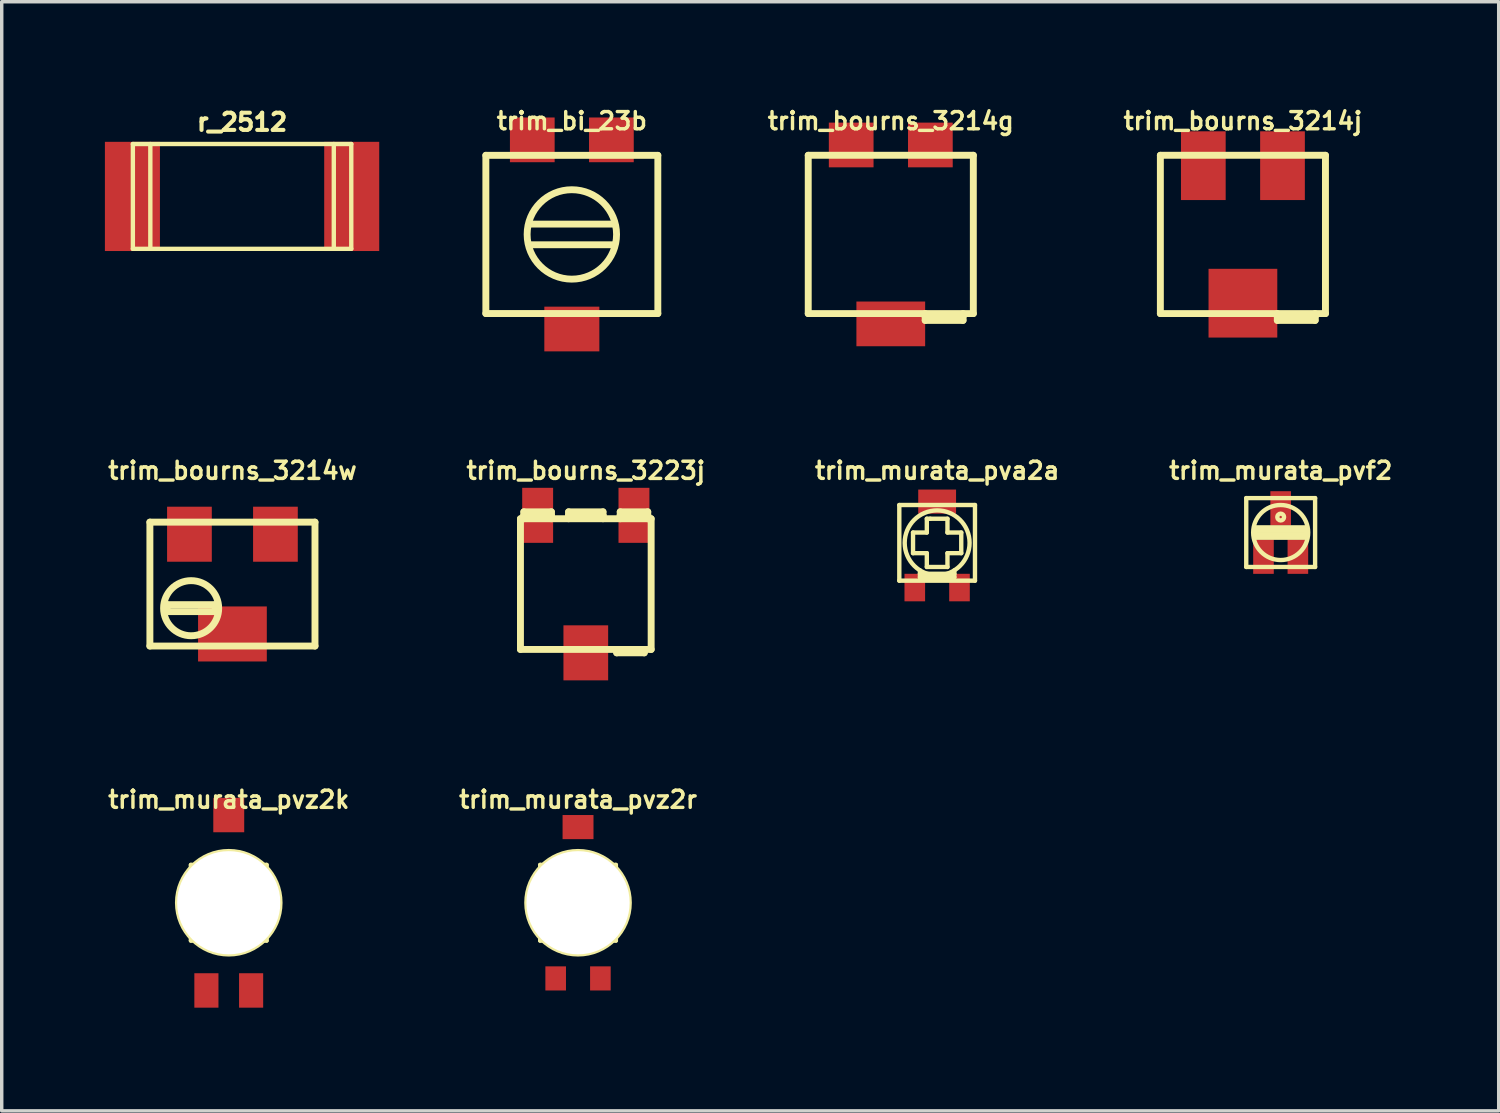
<source format=kicad_pcb>
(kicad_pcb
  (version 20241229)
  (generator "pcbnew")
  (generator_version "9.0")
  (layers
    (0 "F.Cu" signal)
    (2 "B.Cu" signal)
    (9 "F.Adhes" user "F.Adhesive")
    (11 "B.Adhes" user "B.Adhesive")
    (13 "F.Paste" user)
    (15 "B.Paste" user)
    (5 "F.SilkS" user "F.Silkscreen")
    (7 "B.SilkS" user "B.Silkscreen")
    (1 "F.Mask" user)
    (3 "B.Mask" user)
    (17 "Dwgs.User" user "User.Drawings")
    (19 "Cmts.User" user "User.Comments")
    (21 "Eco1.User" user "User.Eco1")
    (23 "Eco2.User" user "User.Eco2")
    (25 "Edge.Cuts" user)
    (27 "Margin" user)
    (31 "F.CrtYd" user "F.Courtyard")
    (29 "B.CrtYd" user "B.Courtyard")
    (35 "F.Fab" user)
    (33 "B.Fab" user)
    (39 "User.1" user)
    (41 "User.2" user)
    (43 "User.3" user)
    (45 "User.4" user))
  (footprint "trim_murata_pva2a"
    (layer "F.Cu")
    (at 24.197 12.733)
    (property "Reference" "trim_murata_pva2a" (at 0 -2.101 0) (layer "F.SilkS") (effects (font (size 0.5 0.5) (thickness 0.099))))
    (attr through_hole)
    (fp_line (start -1.1 -1.1) (end 1.1 -1.1) (stroke (width 0.127) (type solid)) (layer "F.SilkS"))
    (fp_line (start -1.1 1.1) (end -1.1 -1.1) (stroke (width 0.127) (type solid)) (layer "F.SilkS"))
    (fp_line (start -0.701 -0.3) (end -0.701 0.3) (stroke (width 0.127) (type solid)) (layer "F.SilkS"))
    (fp_line (start -0.701 0.3) (end -0.3 0.3) (stroke (width 0.127) (type solid)) (layer "F.SilkS"))
    (fp_line (start -0.5 0.899) (end 0.5 0.899) (stroke (width 0.127) (type solid)) (layer "F.SilkS"))
    (fp_line (start -0.5 1.001) (end -0.5 0.8) (stroke (width 0.127) (type solid)) (layer "F.SilkS"))
    (fp_line (start -0.3 -0.701) (end -0.3 -0.3) (stroke (width 0.127) (type solid)) (layer "F.SilkS"))
    (fp_line (start -0.3 -0.3) (end -0.701 -0.3) (stroke (width 0.127) (type solid)) (layer "F.SilkS"))
    (fp_line (start -0.3 0.3) (end -0.3 0.701) (stroke (width 0.127) (type solid)) (layer "F.SilkS"))
    (fp_line (start -0.3 0.701) (end 0.3 0.701) (stroke (width 0.127) (type solid)) (layer "F.SilkS"))
    (fp_line (start -0.201 -0.701) (end -0.3 -0.701) (stroke (width 0.127) (type solid)) (layer "F.SilkS"))
    (fp_line (start 0.3 -0.701) (end -0.201 -0.701) (stroke (width 0.127) (type solid)) (layer "F.SilkS"))
    (fp_line (start 0.3 -0.3) (end 0.3 -0.701) (stroke (width 0.127) (type solid)) (layer "F.SilkS"))
    (fp_line (start 0.3 0.3) (end 0.701 0.3) (stroke (width 0.127) (type solid)) (layer "F.SilkS"))
    (fp_line (start 0.3 0.701) (end 0.3 0.3) (stroke (width 0.127) (type solid)) (layer "F.SilkS"))
    (fp_line (start 0.5 1.001) (end -0.5 1.001) (stroke (width 0.127) (type solid)) (layer "F.SilkS"))
    (fp_line (start 0.5 1.001) (end 0.5 0.8) (stroke (width 0.127) (type solid)) (layer "F.SilkS"))
    (fp_line (start 0.701 -0.3) (end 0.3 -0.3) (stroke (width 0.127) (type solid)) (layer "F.SilkS"))
    (fp_line (start 0.701 0.3) (end 0.701 -0.3) (stroke (width 0.127) (type solid)) (layer "F.SilkS"))
    (fp_line (start 1.1 -1.1) (end 1.1 1.1) (stroke (width 0.127) (type solid)) (layer "F.SilkS"))
    (fp_line (start 1.1 1.1) (end -1.1 1.1) (stroke (width 0.127) (type solid)) (layer "F.SilkS"))
    (fp_circle (center 0 0) (end -0.8 0.5) (stroke (width 0.127) (type solid)) (fill no) (layer "F.SilkS"))
    (pad "1" smd rect (at -0.65 1.3) (size 0.599 0.8) (layers "F.Cu" "F.Mask" "F.Paste"))
    (pad "2" smd rect (at 0 -1.199) (size 1.1 0.701) (layers "F.Cu" "F.Mask" "F.Paste"))
    (pad "3" smd rect (at 0.65 1.3) (size 0.599 0.8) (layers "F.Cu" "F.Mask" "F.Paste")))
  (footprint "trim_murata_pvz2r"
    (layer "F.Cu")
    (at 13.756 23.197)
    (property "Reference" "trim_murata_pvz2r" (at 0 -3 0) (layer "F.SilkS") (effects (font (size 0.5 0.5) (thickness 0.099))))
    (attr through_hole)
    (fp_line (start -1.1 -1.1) (end 1.1 -1.1) (stroke (width 0.127) (type solid)) (layer "F.SilkS"))
    (fp_line (start -1.1 1.1) (end -1.1 -1.1) (stroke (width 0.127) (type solid)) (layer "F.SilkS"))
    (fp_line (start -0.701 -0.3) (end -0.701 0.3) (stroke (width 0.127) (type solid)) (layer "F.SilkS"))
    (fp_line (start -0.701 0.3) (end -0.3 0.3) (stroke (width 0.127) (type solid)) (layer "F.SilkS"))
    (fp_line (start -0.5 0.899) (end 0.5 0.899) (stroke (width 0.127) (type solid)) (layer "F.SilkS"))
    (fp_line (start -0.5 1.001) (end -0.5 0.8) (stroke (width 0.127) (type solid)) (layer "F.SilkS"))
    (fp_line (start -0.3 -0.701) (end -0.3 -0.3) (stroke (width 0.127) (type solid)) (layer "F.SilkS"))
    (fp_line (start -0.3 -0.3) (end -0.701 -0.3) (stroke (width 0.127) (type solid)) (layer "F.SilkS"))
    (fp_line (start -0.3 0.3) (end -0.3 0.701) (stroke (width 0.127) (type solid)) (layer "F.SilkS"))
    (fp_line (start -0.3 0.701) (end 0.3 0.701) (stroke (width 0.127) (type solid)) (layer "F.SilkS"))
    (fp_line (start -0.201 -0.701) (end -0.3 -0.701) (stroke (width 0.127) (type solid)) (layer "F.SilkS"))
    (fp_line (start 0.3 -0.701) (end -0.201 -0.701) (stroke (width 0.127) (type solid)) (layer "F.SilkS"))
    (fp_line (start 0.3 -0.3) (end 0.3 -0.701) (stroke (width 0.127) (type solid)) (layer "F.SilkS"))
    (fp_line (start 0.3 0.3) (end 0.701 0.3) (stroke (width 0.127) (type solid)) (layer "F.SilkS"))
    (fp_line (start 0.3 0.701) (end 0.3 0.3) (stroke (width 0.127) (type solid)) (layer "F.SilkS"))
    (fp_line (start 0.5 1.001) (end -0.5 1.001) (stroke (width 0.127) (type solid)) (layer "F.SilkS"))
    (fp_line (start 0.5 1.001) (end 0.5 0.8) (stroke (width 0.127) (type solid)) (layer "F.SilkS"))
    (fp_line (start 0.701 -0.3) (end 0.3 -0.3) (stroke (width 0.127) (type solid)) (layer "F.SilkS"))
    (fp_line (start 0.701 0.3) (end 0.701 -0.3) (stroke (width 0.127) (type solid)) (layer "F.SilkS"))
    (fp_line (start 1.1 -1.1) (end 1.1 1.1) (stroke (width 0.127) (type solid)) (layer "F.SilkS"))
    (fp_line (start 1.1 1.1) (end -1.1 1.1) (stroke (width 0.127) (type solid)) (layer "F.SilkS"))
    (fp_circle (center 0 0) (end -1.501 0) (stroke (width 0.127) (type solid)) (fill no) (layer "F.SilkS"))
    (fp_circle (center 0 0) (end -0.8 0.5) (stroke (width 0.127) (type solid)) (fill no) (layer "F.SilkS"))
    (pad "" np_thru_hole circle (at 0 0) (size 3 3) (drill 3) (layers "*.Cu" "*.Mask" "F.SilkS"))
    (pad "1" smd rect (at -0.65 2.2) (size 0.599 0.701) (layers "F.Cu" "F.Mask" "F.Paste"))
    (pad "2" smd rect (at 0 -2.2) (size 0.899 0.701) (layers "F.Cu" "F.Mask" "F.Paste"))
    (pad "3" smd rect (at 0.65 2.2) (size 0.599 0.701) (layers "F.Cu" "F.Mask" "F.Paste")))
  (footprint "trim_murata_pvf2"
    (layer "F.Cu")
    (at 34.185 12.433)
    (property "Reference" "trim_murata_pvf2" (at 0 -1.801 0) (layer "F.SilkS") (effects (font (size 0.5 0.5) (thickness 0.099))))
    (attr through_hole)
    (fp_line (start -1.001 -1.001) (end 1.001 -1.001) (stroke (width 0.127) (type solid)) (layer "F.SilkS"))
    (fp_line (start -1.001 1.001) (end -1.001 -1.001) (stroke (width 0.127) (type solid)) (layer "F.SilkS"))
    (fp_line (start -0.749 -0.15) (end 0.749 -0.15) (stroke (width 0.127) (type solid)) (layer "F.SilkS"))
    (fp_line (start -0.749 -0.051) (end 0.749 -0.051) (stroke (width 0.127) (type solid)) (layer "F.SilkS"))
    (fp_line (start -0.749 0.15) (end -0.749 -0.15) (stroke (width 0.127) (type solid)) (layer "F.SilkS"))
    (fp_line (start 0.749 -0.15) (end 0.749 0.15) (stroke (width 0.127) (type solid)) (layer "F.SilkS"))
    (fp_line (start 0.749 0.051) (end -0.749 0.051) (stroke (width 0.127) (type solid)) (layer "F.SilkS"))
    (fp_line (start 0.749 0.15) (end -0.749 0.15) (stroke (width 0.127) (type solid)) (layer "F.SilkS"))
    (fp_line (start 1.001 -1.001) (end 1.001 1.001) (stroke (width 0.127) (type solid)) (layer "F.SilkS"))
    (fp_line (start 1.001 1.001) (end -1.001 1.001) (stroke (width 0.127) (type solid)) (layer "F.SilkS"))
    (fp_circle (center 0 -0.45) (end -0.099 -0.45) (stroke (width 0.127) (type solid)) (fill no) (layer "F.SilkS"))
    (fp_circle (center 0 0) (end -0.8 0) (stroke (width 0.127) (type solid)) (fill no) (layer "F.SilkS"))
    (pad "1" smd rect (at -0.5 0.701) (size 0.599 1.001) (layers "F.Cu" "F.Mask" "F.Paste"))
    (pad "2" smd rect (at 0 -0.701) (size 0.599 1.001) (layers "F.Cu" "F.Mask" "F.Paste"))
    (pad "3" smd rect (at 0.5 0.701) (size 0.599 1.001) (layers "F.Cu" "F.Mask" "F.Paste")))
  (footprint "trim_bourns_3223j"
    (layer "F.Cu")
    (at 13.982 13.932)
    (property "Reference" "trim_bourns_3223j" (at 0 -3.299 0) (layer "F.SilkS") (effects (font (size 0.5 0.5) (thickness 0.099))))
    (attr through_hole)
    (fp_line (start -1.9 -1.9) (end 1.9 -1.9) (stroke (width 0.201) (type solid)) (layer "F.SilkS"))
    (fp_line (start -1.9 1.9) (end -1.9 -1.9) (stroke (width 0.201) (type solid)) (layer "F.SilkS"))
    (fp_line (start -1.801 -2.101) (end -1.801 -1.999) (stroke (width 0.201) (type solid)) (layer "F.SilkS"))
    (fp_line (start -1.801 -1.999) (end -1.001 -1.999) (stroke (width 0.201) (type solid)) (layer "F.SilkS"))
    (fp_line (start -1.801 -1.9) (end -1.801 -1.999) (stroke (width 0.201) (type solid)) (layer "F.SilkS"))
    (fp_line (start -1.001 -2.101) (end -1.801 -2.101) (stroke (width 0.201) (type solid)) (layer "F.SilkS"))
    (fp_line (start -1.001 -1.999) (end -1.001 -2.101) (stroke (width 0.201) (type solid)) (layer "F.SilkS"))
    (fp_line (start -1.001 -1.999) (end -1.001 -1.9) (stroke (width 0.201) (type solid)) (layer "F.SilkS"))
    (fp_line (start -0.5 -2.101) (end -0.5 -1.999) (stroke (width 0.201) (type solid)) (layer "F.SilkS"))
    (fp_line (start -0.5 -1.999) (end 0.5 -1.999) (stroke (width 0.201) (type solid)) (layer "F.SilkS"))
    (fp_line (start -0.5 -1.9) (end -0.5 -1.999) (stroke (width 0.201) (type solid)) (layer "F.SilkS"))
    (fp_line (start 0.5 -2.101) (end -0.5 -2.101) (stroke (width 0.201) (type solid)) (layer "F.SilkS"))
    (fp_line (start 0.5 -1.999) (end 0.5 -2.101) (stroke (width 0.201) (type solid)) (layer "F.SilkS"))
    (fp_line (start 0.5 -1.999) (end 0.5 -1.9) (stroke (width 0.201) (type solid)) (layer "F.SilkS"))
    (fp_line (start 0.899 1.9) (end 0.899 1.999) (stroke (width 0.201) (type solid)) (layer "F.SilkS"))
    (fp_line (start 0.899 1.999) (end 1.699 1.999) (stroke (width 0.201) (type solid)) (layer "F.SilkS"))
    (fp_line (start 1.001 -2.101) (end 1.001 -1.999) (stroke (width 0.201) (type solid)) (layer "F.SilkS"))
    (fp_line (start 1.001 -1.999) (end 1.801 -1.999) (stroke (width 0.201) (type solid)) (layer "F.SilkS"))
    (fp_line (start 1.001 -1.9) (end 1.001 -1.999) (stroke (width 0.201) (type solid)) (layer "F.SilkS"))
    (fp_line (start 1.699 1.999) (end 1.699 1.9) (stroke (width 0.201) (type solid)) (layer "F.SilkS"))
    (fp_line (start 1.801 -2.101) (end 1.001 -2.101) (stroke (width 0.201) (type solid)) (layer "F.SilkS"))
    (fp_line (start 1.801 -1.999) (end 1.801 -2.101) (stroke (width 0.201) (type solid)) (layer "F.SilkS"))
    (fp_line (start 1.801 -1.999) (end 1.801 -1.9) (stroke (width 0.201) (type solid)) (layer "F.SilkS"))
    (fp_line (start 1.9 -1.9) (end 1.9 1.9) (stroke (width 0.201) (type solid)) (layer "F.SilkS"))
    (fp_line (start 1.9 1.9) (end -1.9 1.9) (stroke (width 0.201) (type solid)) (layer "F.SilkS"))
    (pad "1" smd rect (at -1.4 -1.999) (size 0.899 1.6) (layers "F.Cu" "F.Mask" "F.Paste"))
    (pad "2" smd rect (at 0 1.999) (size 1.3 1.6) (layers "F.Cu" "F.Mask" "F.Paste"))
    (pad "3" smd rect (at 1.4 -1.999) (size 0.899 1.6) (layers "F.Cu" "F.Mask" "F.Paste")))
  (footprint "trim_murata_pvz2k"
    (layer "F.Cu")
    (at 3.601 23.197)
    (property "Reference" "trim_murata_pvz2k" (at 0 -3 0) (layer "F.SilkS") (effects (font (size 0.5 0.5) (thickness 0.099))))
    (attr through_hole)
    (fp_line (start -1.1 -1.1) (end 1.1 -1.1) (stroke (width 0.127) (type solid)) (layer "F.SilkS"))
    (fp_line (start -1.1 1.1) (end -1.1 -1.1) (stroke (width 0.127) (type solid)) (layer "F.SilkS"))
    (fp_line (start -0.701 -0.3) (end -0.701 0.3) (stroke (width 0.127) (type solid)) (layer "F.SilkS"))
    (fp_line (start -0.701 0.3) (end -0.3 0.3) (stroke (width 0.127) (type solid)) (layer "F.SilkS"))
    (fp_line (start -0.5 0.899) (end 0.5 0.899) (stroke (width 0.127) (type solid)) (layer "F.SilkS"))
    (fp_line (start -0.5 1.001) (end -0.5 0.8) (stroke (width 0.127) (type solid)) (layer "F.SilkS"))
    (fp_line (start -0.3 -0.701) (end -0.3 -0.3) (stroke (width 0.127) (type solid)) (layer "F.SilkS"))
    (fp_line (start -0.3 -0.3) (end -0.701 -0.3) (stroke (width 0.127) (type solid)) (layer "F.SilkS"))
    (fp_line (start -0.3 0.3) (end -0.3 0.701) (stroke (width 0.127) (type solid)) (layer "F.SilkS"))
    (fp_line (start -0.3 0.701) (end 0.3 0.701) (stroke (width 0.127) (type solid)) (layer "F.SilkS"))
    (fp_line (start -0.201 -0.701) (end -0.3 -0.701) (stroke (width 0.127) (type solid)) (layer "F.SilkS"))
    (fp_line (start 0.3 -0.701) (end -0.201 -0.701) (stroke (width 0.127) (type solid)) (layer "F.SilkS"))
    (fp_line (start 0.3 -0.3) (end 0.3 -0.701) (stroke (width 0.127) (type solid)) (layer "F.SilkS"))
    (fp_line (start 0.3 0.3) (end 0.701 0.3) (stroke (width 0.127) (type solid)) (layer "F.SilkS"))
    (fp_line (start 0.3 0.701) (end 0.3 0.3) (stroke (width 0.127) (type solid)) (layer "F.SilkS"))
    (fp_line (start 0.5 1.001) (end -0.5 1.001) (stroke (width 0.127) (type solid)) (layer "F.SilkS"))
    (fp_line (start 0.5 1.001) (end 0.5 0.8) (stroke (width 0.127) (type solid)) (layer "F.SilkS"))
    (fp_line (start 0.701 -0.3) (end 0.3 -0.3) (stroke (width 0.127) (type solid)) (layer "F.SilkS"))
    (fp_line (start 0.701 0.3) (end 0.701 -0.3) (stroke (width 0.127) (type solid)) (layer "F.SilkS"))
    (fp_line (start 1.1 -1.1) (end 1.1 1.1) (stroke (width 0.127) (type solid)) (layer "F.SilkS"))
    (fp_line (start 1.1 1.1) (end -1.1 1.1) (stroke (width 0.127) (type solid)) (layer "F.SilkS"))
    (fp_circle (center 0 0) (end -1.501 0) (stroke (width 0.127) (type solid)) (fill no) (layer "F.SilkS"))
    (fp_circle (center 0 0) (end -0.8 0.5) (stroke (width 0.127) (type solid)) (fill no) (layer "F.SilkS"))
    (pad "" np_thru_hole circle (at 0 0) (size 3 3) (drill 3) (layers "*.Cu" "*.Mask" "F.SilkS"))
    (pad "1" smd rect (at -0.65 2.55) (size 0.701 1.001) (layers "F.Cu" "F.Mask" "F.Paste"))
    (pad "2" smd rect (at 0 -2.55) (size 0.899 1.001) (layers "F.Cu" "F.Mask" "F.Paste"))
    (pad "3" smd rect (at 0.65 2.55) (size 0.701 1.001) (layers "F.Cu" "F.Mask" "F.Paste")))
  (footprint "r_2512"
    (layer "F.Cu")
    (at 3.988 2.661)
    (property "Reference" "r_2512" (at 0 -2.159 0) (layer "F.SilkS") (effects (font (size 0.5 0.5) (thickness 0.119))))
    (attr through_hole)
    (fp_line (start -3.175 -1.524) (end -3.175 1.524) (stroke (width 0.127) (type solid)) (layer "F.SilkS"))
    (fp_line (start -3.175 1.524) (end 3.175 1.524) (stroke (width 0.127) (type solid)) (layer "F.SilkS"))
    (fp_line (start -2.667 -1.524) (end -2.667 1.524) (stroke (width 0.127) (type solid)) (layer "F.SilkS"))
    (fp_line (start 2.667 -1.524) (end 2.667 1.524) (stroke (width 0.127) (type solid)) (layer "F.SilkS"))
    (fp_line (start 3.175 -1.524) (end -3.175 -1.524) (stroke (width 0.127) (type solid)) (layer "F.SilkS"))
    (fp_line (start 3.175 1.524) (end 3.175 -1.524) (stroke (width 0.127) (type solid)) (layer "F.SilkS"))
    (pad "1" smd rect (at 3.188 0) (size 1.6 3.175) (layers "F.Cu" "F.Mask" "F.Paste"))
    (pad "2" smd rect (at -3.188 0) (size 1.6 3.175) (layers "F.Cu" "F.Mask" "F.Paste")))
  (footprint "trim_bourns_3214g"
    (layer "F.Cu")
    (at 22.849 3.766)
    (property "Reference" "trim_bourns_3214g" (at 0 -3.299 0) (layer "F.SilkS") (effects (font (size 0.5 0.5) (thickness 0.099))))
    (attr through_hole)
    (fp_line (start -2.4 -2.301) (end -2.4 2.301) (stroke (width 0.201) (type solid)) (layer "F.SilkS"))
    (fp_line (start -2.4 2.301) (end 2.4 2.301) (stroke (width 0.201) (type solid)) (layer "F.SilkS"))
    (fp_line (start 1.001 2.301) (end 1.001 2.499) (stroke (width 0.201) (type solid)) (layer "F.SilkS"))
    (fp_line (start 1.001 2.499) (end 2.101 2.499) (stroke (width 0.201) (type solid)) (layer "F.SilkS"))
    (fp_line (start 2.101 2.4) (end 1.001 2.4) (stroke (width 0.201) (type solid)) (layer "F.SilkS"))
    (fp_line (start 2.101 2.499) (end 2.101 2.301) (stroke (width 0.201) (type solid)) (layer "F.SilkS"))
    (fp_line (start 2.4 -2.301) (end -2.4 -2.301) (stroke (width 0.201) (type solid)) (layer "F.SilkS"))
    (fp_line (start 2.4 2.301) (end 2.4 -2.301) (stroke (width 0.201) (type solid)) (layer "F.SilkS"))
    (pad "1" smd rect (at 1.151 -2.601) (size 1.3 1.3) (layers "F.Cu" "F.Mask" "F.Paste"))
    (pad "2" smd rect (at 0 2.601) (size 1.999 1.3) (layers "F.Cu" "F.Mask" "F.Paste"))
    (pad "3" smd rect (at -1.151 -2.601) (size 1.3 1.3) (layers "F.Cu" "F.Mask" "F.Paste")))
  (footprint "trim_bourns_3214j"
    (layer "F.Cu")
    (at 33.087 3.766)
    (property "Reference" "trim_bourns_3214j" (at 0 -3.299 0) (layer "F.SilkS") (effects (font (size 0.5 0.5) (thickness 0.099))))
    (attr through_hole)
    (fp_line (start -2.4 -2.301) (end -2.4 2.301) (stroke (width 0.201) (type solid)) (layer "F.SilkS"))
    (fp_line (start -2.4 2.301) (end 2.4 2.301) (stroke (width 0.201) (type solid)) (layer "F.SilkS"))
    (fp_line (start 1.001 2.301) (end 1.001 2.499) (stroke (width 0.201) (type solid)) (layer "F.SilkS"))
    (fp_line (start 1.001 2.499) (end 2.101 2.499) (stroke (width 0.201) (type solid)) (layer "F.SilkS"))
    (fp_line (start 2.101 2.4) (end 1.001 2.4) (stroke (width 0.201) (type solid)) (layer "F.SilkS"))
    (fp_line (start 2.101 2.499) (end 2.101 2.301) (stroke (width 0.201) (type solid)) (layer "F.SilkS"))
    (fp_line (start 2.4 -2.301) (end -2.4 -2.301) (stroke (width 0.201) (type solid)) (layer "F.SilkS"))
    (fp_line (start 2.4 2.301) (end 2.4 -2.301) (stroke (width 0.201) (type solid)) (layer "F.SilkS"))
    (pad "1" smd rect (at 1.151 -1.999) (size 1.3 1.999) (layers "F.Cu" "F.Mask" "F.Paste"))
    (pad "2" smd rect (at 0 1.999) (size 1.999 1.999) (layers "F.Cu" "F.Mask" "F.Paste"))
    (pad "3" smd rect (at -1.151 -1.999) (size 1.3 1.999) (layers "F.Cu" "F.Mask" "F.Paste")))
  (footprint "trim_bourns_3214w"
    (layer "F.Cu")
    (at 3.708 13.932)
    (property "Reference" "trim_bourns_3214w" (at 0 -3.299 0) (layer "F.SilkS") (effects (font (size 0.5 0.5) (thickness 0.099))))
    (attr through_hole)
    (fp_line (start -2.4 -1.801) (end -2.4 1.801) (stroke (width 0.201) (type solid)) (layer "F.SilkS"))
    (fp_line (start -2.4 1.801) (end 2.4 1.801) (stroke (width 0.201) (type solid)) (layer "F.SilkS"))
    (fp_line (start -1.9 0.599) (end -0.5 0.599) (stroke (width 0.201) (type solid)) (layer "F.SilkS"))
    (fp_line (start -1.9 0.8) (end -1.9 0.599) (stroke (width 0.201) (type solid)) (layer "F.SilkS"))
    (fp_line (start -0.5 0.599) (end -0.5 0.8) (stroke (width 0.201) (type solid)) (layer "F.SilkS"))
    (fp_line (start -0.5 0.8) (end -1.9 0.8) (stroke (width 0.201) (type solid)) (layer "F.SilkS"))
    (fp_line (start 2.4 -1.801) (end -2.4 -1.801) (stroke (width 0.201) (type solid)) (layer "F.SilkS"))
    (fp_line (start 2.4 1.801) (end 2.4 -1.801) (stroke (width 0.201) (type solid)) (layer "F.SilkS"))
    (fp_circle (center -1.201 0.701) (end -2.002 0.701) (stroke (width 0.201) (type solid)) (fill no) (layer "F.SilkS"))
    (pad "1" smd rect (at 1.25 -1.45) (size 1.3 1.6) (layers "F.Cu" "F.Mask" "F.Paste"))
    (pad "2" smd rect (at 0 1.45) (size 1.999 1.6) (layers "F.Cu" "F.Mask" "F.Paste"))
    (pad "3" smd rect (at -1.25 -1.45) (size 1.3 1.6) (layers "F.Cu" "F.Mask" "F.Paste")))
  (footprint "trim_bi_23b"
    (layer "F.Cu")
    (at 13.576 3.766)
    (property "Reference" "trim_bi_23b" (at 0 -3.299 0) (layer "F.SilkS") (effects (font (size 0.5 0.5) (thickness 0.099))))
    (attr through_hole)
    (fp_line (start -2.5 -2.3) (end -2.5 2.3) (stroke (width 0.201) (type solid)) (layer "F.SilkS"))
    (fp_line (start -2.5 2.3) (end 2.5 2.3) (stroke (width 0.201) (type solid)) (layer "F.SilkS"))
    (fp_line (start -1.2 -0.3) (end 1.2 -0.3) (stroke (width 0.2) (type solid)) (layer "F.SilkS"))
    (fp_line (start 1.2 0.3) (end -1.2 0.3) (stroke (width 0.2) (type solid)) (layer "F.SilkS"))
    (fp_line (start 2.5 -2.3) (end -2.5 -2.3) (stroke (width 0.201) (type solid)) (layer "F.SilkS"))
    (fp_line (start 2.5 2.3) (end 2.5 -2.3) (stroke (width 0.2) (type solid)) (layer "F.SilkS"))
    (fp_circle (center 0 0) (end -1.3 0) (stroke (width 0.2) (type solid)) (fill no) (layer "F.SilkS"))
    (pad "1" smd rect (at 1.15 -2.75) (size 1.3 1.3) (layers "F.Cu" "F.Mask" "F.Paste"))
    (pad "2" smd rect (at 0 2.75) (size 1.6 1.3) (layers "F.Cu" "F.Mask" "F.Paste"))
    (pad "3" smd rect (at -1.15 -2.75) (size 1.3 1.3) (layers "F.Cu" "F.Mask" "F.Paste")))
  (gr_rect
    (start -3 -3)
    (end 40.524 29.248)
    (stroke (width 0.1) (type default))
    (fill no)
    (layer "Edge.Cuts")))
</source>
